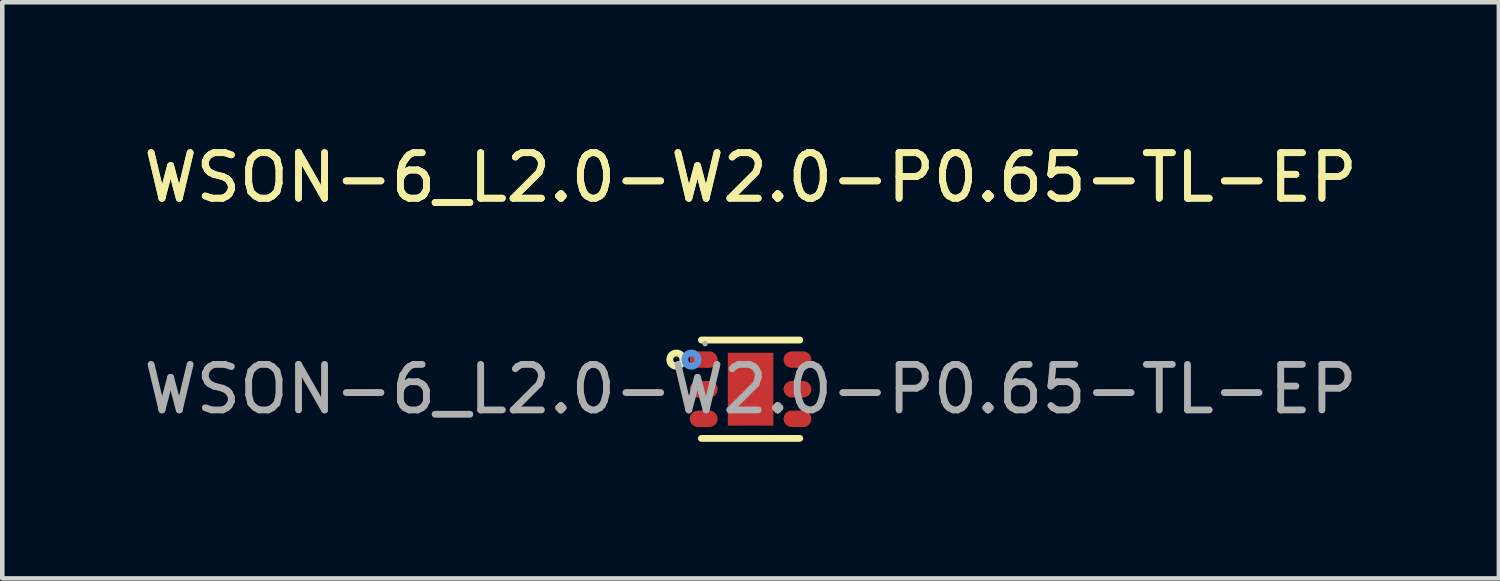
<source format=kicad_pcb>
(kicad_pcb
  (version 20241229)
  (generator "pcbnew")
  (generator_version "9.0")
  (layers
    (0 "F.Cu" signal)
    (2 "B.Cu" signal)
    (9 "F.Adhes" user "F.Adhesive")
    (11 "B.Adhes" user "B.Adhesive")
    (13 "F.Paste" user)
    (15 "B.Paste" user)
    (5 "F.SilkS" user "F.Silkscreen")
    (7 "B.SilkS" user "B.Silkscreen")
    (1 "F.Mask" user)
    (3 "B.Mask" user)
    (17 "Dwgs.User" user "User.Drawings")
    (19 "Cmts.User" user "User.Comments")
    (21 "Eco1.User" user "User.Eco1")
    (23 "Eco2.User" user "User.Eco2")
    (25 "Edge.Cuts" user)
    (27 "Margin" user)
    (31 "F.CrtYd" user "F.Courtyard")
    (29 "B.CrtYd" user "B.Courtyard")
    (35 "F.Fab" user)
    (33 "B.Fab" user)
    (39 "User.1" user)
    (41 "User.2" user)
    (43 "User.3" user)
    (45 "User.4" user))
  (footprint "WSON-6_L2.0-W2.0-P0.65-TL-EP"
    (layer "F.Cu")
    (at 13.435 5.498)
    (property "Reference" "WSON-6_L2.0-W2.0-P0.65-TL-EP" (at 0 -4.65 0) (layer "F.SilkS") (effects (font (size 1 1) (thickness 0.15))))
    (attr smd)
    (fp_line (start -1.08 -1.08) (end 1.08 -1.08) (stroke (width 0.15) (type solid)) (layer "F.SilkS"))
    (fp_line (start -1.08 1.08) (end 1.08 1.08) (stroke (width 0.15) (type solid)) (layer "F.SilkS"))
    (fp_circle (center -1.63 -0.65) (end -1.56 -0.65) (stroke (width 0.15) (type solid)) (fill no) (layer "F.SilkS"))
    (fp_circle (center -1.3 -0.65) (end -1.23 -0.65) (stroke (width 0.15) (type solid)) (fill no) (layer "Cmts.User"))
    (fp_circle (center -1 -1) (end -0.97 -1) (stroke (width 0.06) (type solid)) (fill no) (layer "F.Fab"))
    (fp_text user "${REFERENCE}" (at 0 -4.65 0) (layer "F.SilkS") (effects (font (size 1 1) (thickness 0.15))))
    (fp_text user "${REFERENCE}" (at 0 0 0) (layer "F.Fab") (effects (font (size 1 1) (thickness 0.15))))
    (pad "1" smd oval (at -1.03 -0.65 270) (size 0.36 0.61) (layers "F.Cu" "F.Mask" "F.Paste"))
    (pad "2" smd oval (at -1.03 0 270) (size 0.36 0.61) (layers "F.Cu" "F.Mask" "F.Paste"))
    (pad "3" smd oval (at -1.03 0.65 270) (size 0.36 0.61) (layers "F.Cu" "F.Mask" "F.Paste"))
    (pad "4" smd oval (at 1.03 0.65 270) (size 0.36 0.61) (layers "F.Cu" "F.Mask" "F.Paste"))
    (pad "5" smd oval (at 1.03 0 270) (size 0.36 0.61) (layers "F.Cu" "F.Mask" "F.Paste"))
    (pad "6" smd oval (at 1.03 -0.65 270) (size 0.36 0.61) (layers "F.Cu" "F.Mask" "F.Paste"))
    (pad "7" smd rect (at 0 0) (size 1 1.6) (layers "F.Cu" "F.Mask" "F.Paste")))
  (gr_rect
    (start -3 -3)
    (end 29.869 9.653)
    (stroke (width 0.1) (type default))
    (fill no)
    (layer "Edge.Cuts")))
</source>
